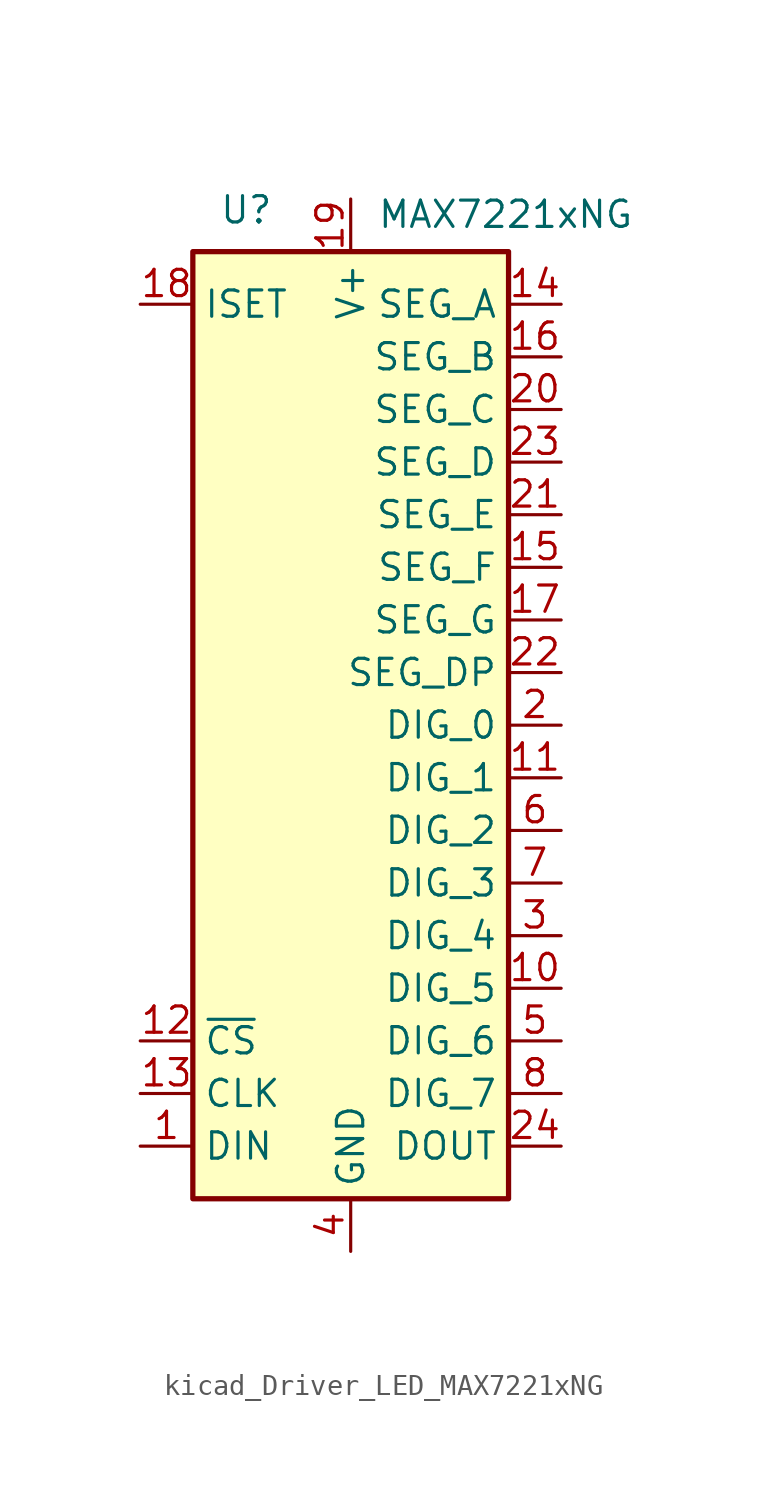
<source format=kicad_sym>
(kicad_symbol_lib
  (version 20220914)
  (generator kicad_symbol_editor)
  (symbol "kicad_Driver_LED_MAX7221xNG"
    (property "Reference" "U"
      (at -6.35 24.13 0)
      (effects (font (size 1.27 1.27)) (justify left bottom)))
    (property "Value" "MAX7221xNG"
      (at 1.27 25.4 0)
      (effects (font (size 1.27 1.27)) (justify left top)))
    (symbol "kicad_Driver_LED_MAX7221xNG_0_1"
      (rectangle (start -7.62 22.86) (end 7.62 -22.86) (stroke (width 0.254) (type default)) (fill (type background))))
    (symbol "kicad_Driver_LED_MAX7221xNG_1_1"
      (pin input line (at -10.16 -20.32 0) (length 2.54) (name "DIN" (effects (font (size 1.27 1.27)))) (number "1" (effects (font (size 1.27 1.27)))))
      (pin open_collector line (at 10.16 -12.7 180) (length 2.54) (name "DIG_5" (effects (font (size 1.27 1.27)))) (number "10" (effects (font (size 1.27 1.27)))))
      (pin open_collector line (at 10.16 -2.54 180) (length 2.54) (name "DIG_1" (effects (font (size 1.27 1.27)))) (number "11" (effects (font (size 1.27 1.27)))))
      (pin input line (at -10.16 -15.24 0) (length 2.54) (name "~{CS}" (effects (font (size 1.27 1.27)))) (number "12" (effects (font (size 1.27 1.27)))))
      (pin input line (at -10.16 -17.78 0) (length 2.54) (name "CLK" (effects (font (size 1.27 1.27)))) (number "13" (effects (font (size 1.27 1.27)))))
      (pin open_emitter line (at 10.16 20.32 180) (length 2.54) (name "SEG_A" (effects (font (size 1.27 1.27)))) (number "14" (effects (font (size 1.27 1.27)))))
      (pin open_emitter line (at 10.16 7.62 180) (length 2.54) (name "SEG_F" (effects (font (size 1.27 1.27)))) (number "15" (effects (font (size 1.27 1.27)))))
      (pin open_emitter line (at 10.16 17.78 180) (length 2.54) (name "SEG_B" (effects (font (size 1.27 1.27)))) (number "16" (effects (font (size 1.27 1.27)))))
      (pin open_emitter line (at 10.16 5.08 180) (length 2.54) (name "SEG_G" (effects (font (size 1.27 1.27)))) (number "17" (effects (font (size 1.27 1.27)))))
      (pin input line (at -10.16 20.32 0) (length 2.54) (name "ISET" (effects (font (size 1.27 1.27)))) (number "18" (effects (font (size 1.27 1.27)))))
      (pin power_in line (at 0 25.4 270) (length 2.54) (name "V+" (effects (font (size 1.27 1.27)))) (number "19" (effects (font (size 1.27 1.27)))))
      (pin open_collector line (at 10.16 0 180) (length 2.54) (name "DIG_0" (effects (font (size 1.27 1.27)))) (number "2" (effects (font (size 1.27 1.27)))))
      (pin open_emitter line (at 10.16 15.24 180) (length 2.54) (name "SEG_C" (effects (font (size 1.27 1.27)))) (number "20" (effects (font (size 1.27 1.27)))))
      (pin open_emitter line (at 10.16 10.16 180) (length 2.54) (name "SEG_E" (effects (font (size 1.27 1.27)))) (number "21" (effects (font (size 1.27 1.27)))))
      (pin open_emitter line (at 10.16 2.54 180) (length 2.54) (name "SEG_DP" (effects (font (size 1.27 1.27)))) (number "22" (effects (font (size 1.27 1.27)))))
      (pin open_emitter line (at 10.16 12.7 180) (length 2.54) (name "SEG_D" (effects (font (size 1.27 1.27)))) (number "23" (effects (font (size 1.27 1.27)))))
      (pin output line (at 10.16 -20.32 180) (length 2.54) (name "DOUT" (effects (font (size 1.27 1.27)))) (number "24" (effects (font (size 1.27 1.27)))))
      (pin open_collector line (at 10.16 -10.16 180) (length 2.54) (name "DIG_4" (effects (font (size 1.27 1.27)))) (number "3" (effects (font (size 1.27 1.27)))))
      (pin power_in line (at 0 -25.4 90) (length 2.54) (name "GND" (effects (font (size 1.27 1.27)))) (number "4" (effects (font (size 1.27 1.27)))))
      (pin open_collector line (at 10.16 -15.24 180) (length 2.54) (name "DIG_6" (effects (font (size 1.27 1.27)))) (number "5" (effects (font (size 1.27 1.27)))))
      (pin open_collector line (at 10.16 -5.08 180) (length 2.54) (name "DIG_2" (effects (font (size 1.27 1.27)))) (number "6" (effects (font (size 1.27 1.27)))))
      (pin open_collector line (at 10.16 -7.62 180) (length 2.54) (name "DIG_3" (effects (font (size 1.27 1.27)))) (number "7" (effects (font (size 1.27 1.27)))))
      (pin open_collector line (at 10.16 -17.78 180) (length 2.54) (name "DIG_7" (effects (font (size 1.27 1.27)))) (number "8" (effects (font (size 1.27 1.27)))))
      (pin passive line (at 0 -25.4 90) (length 2.54) hide (name "GND" (effects (font (size 1.27 1.27)))) (number "9" (effects (font (size 1.27 1.27))))))))
</source>
